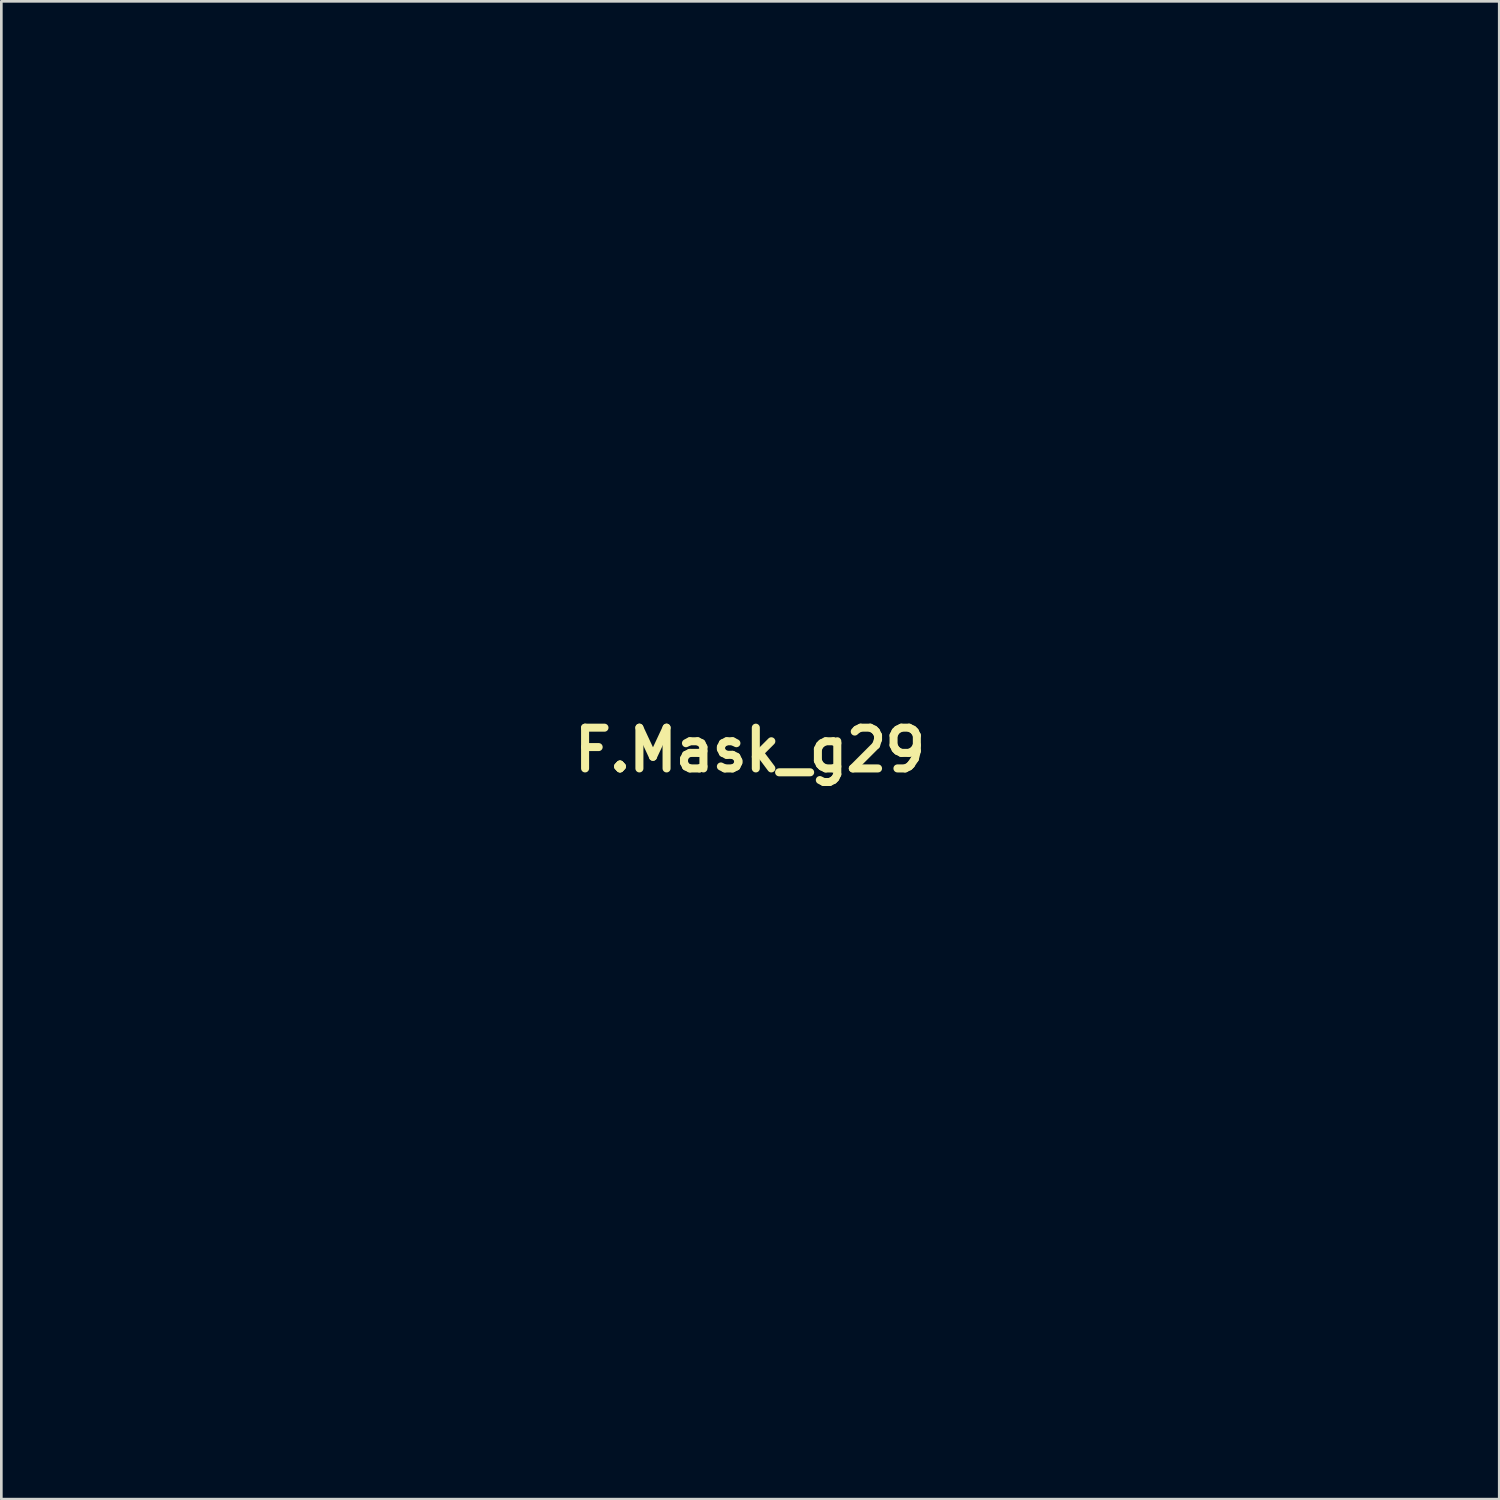
<source format=kicad_pcb>
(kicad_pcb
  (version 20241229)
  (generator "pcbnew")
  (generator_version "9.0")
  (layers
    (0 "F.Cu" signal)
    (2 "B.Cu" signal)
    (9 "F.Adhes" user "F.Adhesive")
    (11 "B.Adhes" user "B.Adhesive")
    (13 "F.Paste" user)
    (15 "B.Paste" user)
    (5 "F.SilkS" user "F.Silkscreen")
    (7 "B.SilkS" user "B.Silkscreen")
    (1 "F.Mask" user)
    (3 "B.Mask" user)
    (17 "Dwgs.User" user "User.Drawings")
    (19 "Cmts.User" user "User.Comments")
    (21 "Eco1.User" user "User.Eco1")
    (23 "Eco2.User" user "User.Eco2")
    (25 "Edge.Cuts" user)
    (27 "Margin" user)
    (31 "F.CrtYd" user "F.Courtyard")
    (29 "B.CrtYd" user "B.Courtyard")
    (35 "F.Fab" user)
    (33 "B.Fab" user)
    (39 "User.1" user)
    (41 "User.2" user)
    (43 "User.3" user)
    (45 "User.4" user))
  (footprint "F.Mask_g29"
    (layer "F.Cu")
    (at 25.004 25.004)
    (property "Reference" "F.Mask_g29" (at 0 0 0) (layer "F.SilkS") (effects (font (size 1.524 1.524) (thickness 0.3))))
    (attr through_hole)
    (fp_poly (pts (xy -3.699 1.13) (xy -3.668 1.182) (xy -3.628 1.261) (xy -3.581 1.361) (xy -3.531 1.475) (xy -3.481 1.597) (xy -3.432 1.721) (xy -3.389 1.84) (xy -3.367 1.905) (xy -3.252 2.307) (xy -3.176 2.691) (xy -3.137 3.057) (xy -3.137 3.405) (xy -3.174 3.735) (xy -3.249 4.048) (xy -3.331 4.271) (xy -3.456 4.517) (xy -3.618 4.755) (xy -3.811 4.98) (xy -4.031 5.186) (xy -4.273 5.371) (xy -4.53 5.529) (xy -4.798 5.655) (xy -4.967 5.715) (xy -5.147 5.767) (xy -5.316 5.804) (xy -5.487 5.83) (xy -5.674 5.845) (xy -5.853 5.852) (xy -5.976 5.854) (xy -6.087 5.855) (xy -6.178 5.855) (xy -6.242 5.853) (xy -6.265 5.851) (xy -6.31 5.845) (xy -6.383 5.834) (xy -6.473 5.823) (xy -6.509 5.818) (xy -6.637 5.798) (xy -6.787 5.767) (xy -6.951 5.728) (xy -7.12 5.684) (xy -7.285 5.636) (xy -7.437 5.588) (xy -7.569 5.541) (xy -7.671 5.498) (xy -7.701 5.483) (xy -7.695 5.469) (xy -7.666 5.431) (xy -7.615 5.369) (xy -7.54 5.282) (xy -7.441 5.169) (xy -7.317 5.03) (xy -7.169 4.864) (xy -6.995 4.671) (xy -6.795 4.45) (xy -6.568 4.2) (xy -6.314 3.921) (xy -6.032 3.612) (xy -5.737 3.289) (xy -5.5 3.031) (xy -5.271 2.782) (xy -5.052 2.543) (xy -4.843 2.316) (xy -4.647 2.103) (xy -4.465 1.906) (xy -4.299 1.727) (xy -4.151 1.567) (xy -4.021 1.428) (xy -3.913 1.312) (xy -3.827 1.221) (xy -3.765 1.156) (xy -3.728 1.119) (xy -3.719 1.111) (xy -3.699 1.13)) (stroke (width 0.01) (type solid)) (fill yes) (layer "F.Mask"))
    (fp_poly (pts (xy 4.874 -7.742) (xy 4.88 -7.738) (xy 4.882 -7.736) (xy 4.911 -7.69) (xy 4.954 -7.612) (xy 5.006 -7.512) (xy 5.063 -7.397) (xy 5.121 -7.275) (xy 5.176 -7.154) (xy 5.225 -7.042) (xy 5.239 -7.009) (xy 5.37 -6.65) (xy 5.469 -6.297) (xy 5.534 -5.954) (xy 5.565 -5.624) (xy 5.562 -5.309) (xy 5.525 -5.012) (xy 5.454 -4.736) (xy 5.439 -4.693) (xy 5.333 -4.458) (xy 5.188 -4.23) (xy 5.01 -4.013) (xy 4.801 -3.811) (xy 4.565 -3.629) (xy 4.308 -3.47) (xy 4.241 -3.435) (xy 3.979 -3.316) (xy 3.718 -3.228) (xy 3.445 -3.167) (xy 3.186 -3.133) (xy 3.058 -3.122) (xy 2.953 -3.117) (xy 2.856 -3.116) (xy 2.752 -3.12) (xy 2.626 -3.13) (xy 2.575 -3.134) (xy 2.276 -3.174) (xy 1.956 -3.244) (xy 1.622 -3.34) (xy 1.598 -3.348) (xy 1.475 -3.39) (xy 1.345 -3.438) (xy 1.216 -3.489) (xy 1.093 -3.54) (xy 0.983 -3.588) (xy 0.892 -3.631) (xy 0.827 -3.665) (xy 0.793 -3.689) (xy 0.79 -3.694) (xy 0.804 -3.711) (xy 0.846 -3.756) (xy 0.915 -3.828) (xy 1.008 -3.924) (xy 1.125 -4.044) (xy 1.263 -4.184) (xy 1.421 -4.344) (xy 1.596 -4.522) (xy 1.788 -4.716) (xy 1.995 -4.924) (xy 2.214 -5.144) (xy 2.445 -5.375) (xy 2.685 -5.615) (xy 2.816 -5.747) (xy 3.104 -6.034) (xy 3.363 -6.293) (xy 3.596 -6.525) (xy 3.803 -6.732) (xy 3.986 -6.914) (xy 4.146 -7.074) (xy 4.286 -7.212) (xy 4.407 -7.33) (xy 4.509 -7.43) (xy 4.595 -7.513) (xy 4.666 -7.581) (xy 4.724 -7.635) (xy 4.77 -7.676) (xy 4.806 -7.705) (xy 4.832 -7.726) (xy 4.852 -7.737) (xy 4.865 -7.743) (xy 4.874 -7.742)) (stroke (width 0.01) (type solid)) (fill yes) (layer "F.Mask"))
    (fp_poly (pts (xy 10.821 -1.05) (xy 10.921 -1.042) (xy 11.017 -1.03) (xy 11.098 -1.016) (xy 11.153 -0.999) (xy 11.169 -0.99) (xy 11.179 -0.961) (xy 11.192 -0.894) (xy 11.208 -0.793) (xy 11.226 -0.661) (xy 11.245 -0.504) (xy 11.266 -0.325) (xy 11.288 -0.127) (xy 11.31 0.084) (xy 11.332 0.305) (xy 11.354 0.532) (xy 11.375 0.761) (xy 11.395 0.988) (xy 11.413 1.208) (xy 11.428 1.418) (xy 11.432 1.471) (xy 11.443 1.712) (xy 11.444 1.951) (xy 11.432 2.196) (xy 11.408 2.45) (xy 11.371 2.72) (xy 11.32 3.01) (xy 11.255 3.327) (xy 11.174 3.676) (xy 11.143 3.799) (xy 11.088 4.018) (xy 11.032 4.218) (xy 10.974 4.406) (xy 10.91 4.59) (xy 10.839 4.777) (xy 10.757 4.973) (xy 10.662 5.187) (xy 10.552 5.424) (xy 10.447 5.641) (xy 10.239 6.054) (xy 10.033 6.43) (xy 9.828 6.77) (xy 9.621 7.08) (xy 9.498 7.249) (xy 9.438 7.322) (xy 9.352 7.42) (xy 9.244 7.537) (xy 9.12 7.668) (xy 8.983 7.81) (xy 8.838 7.957) (xy 8.69 8.104) (xy 8.544 8.247) (xy 8.403 8.382) (xy 8.274 8.503) (xy 8.202 8.568) (xy 7.613 9.066) (xy 6.994 9.536) (xy 6.346 9.977) (xy 5.67 10.387) (xy 4.969 10.765) (xy 4.244 11.111) (xy 4.18 11.139) (xy 3.786 11.303) (xy 3.401 11.44) (xy 3.014 11.554) (xy 2.614 11.649) (xy 2.188 11.727) (xy 2.043 11.749) (xy 1.939 11.761) (xy 1.813 11.773) (xy 1.67 11.783) (xy 1.517 11.792) (xy 1.361 11.799) (xy 1.209 11.804) (xy 1.066 11.807) (xy 0.94 11.807) (xy 0.837 11.805) (xy 0.764 11.799) (xy 0.729 11.792) (xy 0.709 11.777) (xy 0.692 11.747) (xy 0.674 11.694) (xy 0.653 11.612) (xy 0.627 11.496) (xy 0.627 11.495) (xy 0.567 11.194) (xy 0.518 10.922) (xy 0.482 10.681) (xy 0.459 10.474) (xy 0.452 10.372) (xy 0.447 10.265) (xy 0.446 10.191) (xy 0.45 10.142) (xy 0.459 10.11) (xy 0.475 10.084) (xy 0.479 10.08) (xy 0.502 10.059) (xy 0.537 10.041) (xy 0.587 10.023) (xy 0.654 10.008) (xy 0.741 9.993) (xy 0.851 9.979) (xy 0.985 9.966) (xy 1.148 9.952) (xy 1.34 9.939) (xy 1.565 9.926) (xy 1.825 9.912) (xy 2.123 9.897) (xy 2.381 9.885) (xy 2.629 9.873) (xy 2.839 9.863) (xy 3.012 9.854) (xy 3.153 9.846) (xy 3.265 9.839) (xy 3.35 9.832) (xy 3.414 9.826) (xy 3.457 9.819) (xy 3.485 9.812) (xy 3.499 9.804) (xy 3.503 9.8) (xy 3.51 9.77) (xy 3.517 9.699) (xy 3.526 9.589) (xy 3.536 9.443) (xy 3.546 9.263) (xy 3.557 9.05) (xy 3.568 8.807) (xy 3.58 8.535) (xy 3.588 8.35) (xy 3.599 8.084) (xy 3.61 7.841) (xy 3.621 7.625) (xy 3.631 7.437) (xy 3.642 7.28) (xy 3.651 7.157) (xy 3.66 7.069) (xy 3.668 7.02) (xy 3.671 7.011) (xy 3.699 7.004) (xy 3.769 6.996) (xy 3.879 6.987) (xy 4.03 6.978) (xy 4.221 6.969) (xy 4.45 6.959) (xy 4.717 6.948) (xy 5.022 6.937) (xy 5.165 6.932) (xy 5.52 6.92) (xy 5.834 6.909) (xy 6.106 6.897) (xy 6.337 6.886) (xy 6.527 6.876) (xy 6.676 6.866) (xy 6.786 6.856) (xy 6.856 6.847) (xy 6.886 6.838) (xy 6.887 6.837) (xy 6.895 6.823) (xy 6.903 6.793) (xy 6.91 6.746) (xy 6.918 6.679) (xy 6.926 6.589) (xy 6.934 6.473) (xy 6.943 6.33) (xy 6.953 6.155) (xy 6.963 5.948) (xy 6.975 5.704) (xy 6.989 5.422) (xy 6.995 5.292) (xy 7.011 4.946) (xy 7.025 4.64) (xy 7.038 4.372) (xy 7.05 4.137) (xy 7.06 3.933) (xy 7.07 3.759) (xy 7.079 3.61) (xy 7.087 3.485) (xy 7.094 3.381) (xy 7.102 3.294) (xy 7.109 3.223) (xy 7.113 3.186) (xy 7.122 3.106) (xy 7.129 3.042) (xy 7.133 3.006) (xy 7.133 3.003) (xy 7.142 2.991) (xy 7.168 2.98) (xy 7.215 2.968) (xy 7.285 2.956) (xy 7.381 2.944) (xy 7.503 2.931) (xy 7.656 2.917) (xy 7.84 2.902) (xy 8.059 2.885) (xy 8.314 2.867) (xy 8.608 2.847) (xy 8.763 2.836) (xy 8.967 2.823) (xy 9.163 2.809) (xy 9.347 2.796) (xy 9.512 2.783) (xy 9.654 2.772) (xy 9.767 2.763) (xy 9.848 2.755) (xy 9.881 2.751) (xy 9.959 2.741) (xy 10.021 2.734) (xy 10.054 2.731) (xy 10.056 2.731) (xy 10.068 2.717) (xy 10.074 2.674) (xy 10.073 2.601) (xy 10.066 2.494) (xy 10.052 2.352) (xy 10.031 2.173) (xy 10.004 1.954) (xy 10.003 1.944) (xy 9.969 1.68) (xy 9.941 1.455) (xy 9.918 1.265) (xy 9.902 1.107) (xy 9.891 0.978) (xy 9.884 0.875) (xy 9.883 0.795) (xy 9.886 0.734) (xy 9.894 0.689) (xy 9.906 0.656) (xy 9.907 0.655) (xy 9.944 0.62) (xy 10.004 0.611) (xy 10.091 0.628) (xy 10.206 0.673) (xy 10.332 0.734) (xy 10.421 0.778) (xy 10.497 0.813) (xy 10.551 0.834) (xy 10.577 0.839) (xy 10.577 0.839) (xy 10.579 0.815) (xy 10.579 0.754) (xy 10.578 0.659) (xy 10.575 0.535) (xy 10.57 0.387) (xy 10.564 0.219) (xy 10.557 0.035) (xy 10.552 -0.072) (xy 10.544 -0.263) (xy 10.537 -0.443) (xy 10.532 -0.605) (xy 10.528 -0.745) (xy 10.525 -0.859) (xy 10.524 -0.943) (xy 10.525 -0.991) (xy 10.526 -1.001) (xy 10.557 -1.026) (xy 10.626 -1.044) (xy 10.653 -1.048) (xy 10.728 -1.052) (xy 10.821 -1.05)) (stroke (width 0.01) (type solid)) (fill yes) (layer "F.Mask"))
    (fp_poly (pts (xy 9.231 -5.232) (xy 9.273 -5.182) (xy 9.33 -5.105) (xy 9.399 -5.004) (xy 9.478 -4.885) (xy 9.562 -4.751) (xy 9.626 -4.646) (xy 9.755 -4.426) (xy 9.887 -4.195) (xy 10.02 -3.955) (xy 10.152 -3.711) (xy 10.28 -3.467) (xy 10.404 -3.225) (xy 10.521 -2.991) (xy 10.63 -2.767) (xy 10.728 -2.558) (xy 10.814 -2.367) (xy 10.886 -2.198) (xy 10.942 -2.055) (xy 10.98 -1.941) (xy 10.998 -1.868) (xy 11.004 -1.811) (xy 10.997 -1.781) (xy 10.969 -1.763) (xy 10.957 -1.758) (xy 10.907 -1.748) (xy 10.839 -1.75) (xy 10.75 -1.766) (xy 10.637 -1.796) (xy 10.499 -1.841) (xy 10.331 -1.901) (xy 10.132 -1.978) (xy 9.899 -2.072) (xy 9.779 -2.122) (xy 9.65 -2.175) (xy 9.532 -2.224) (xy 9.432 -2.265) (xy 9.355 -2.295) (xy 9.308 -2.313) (xy 9.299 -2.316) (xy 9.276 -2.32) (xy 9.261 -2.311) (xy 9.251 -2.279) (xy 9.243 -2.218) (xy 9.238 -2.165) (xy 9.235 -2.109) (xy 9.233 -2.016) (xy 9.231 -1.892) (xy 9.23 -1.74) (xy 9.23 -1.568) (xy 9.231 -1.379) (xy 9.232 -1.179) (xy 9.234 -1.048) (xy 9.237 -0.76) (xy 9.238 -0.481) (xy 9.238 -0.213) (xy 9.236 0.039) (xy 9.233 0.272) (xy 9.229 0.484) (xy 9.224 0.671) (xy 9.218 0.83) (xy 9.211 0.958) (xy 9.202 1.05) (xy 9.193 1.106) (xy 9.189 1.116) (xy 9.175 1.134) (xy 9.147 1.153) (xy 9.105 1.174) (xy 9.044 1.197) (xy 8.962 1.224) (xy 8.856 1.256) (xy 8.722 1.292) (xy 8.558 1.335) (xy 8.362 1.385) (xy 8.129 1.443) (xy 7.927 1.493) (xy 7.542 1.587) (xy 7.197 1.672) (xy 6.889 1.749) (xy 6.615 1.816) (xy 6.374 1.876) (xy 6.164 1.929) (xy 5.982 1.974) (xy 5.827 2.014) (xy 5.696 2.048) (xy 5.588 2.077) (xy 5.499 2.101) (xy 5.429 2.12) (xy 5.375 2.137) (xy 5.37 2.138) (xy 5.273 2.17) (xy 5.21 2.195) (xy 5.171 2.218) (xy 5.149 2.243) (xy 5.14 2.261) (xy 5.132 2.295) (xy 5.127 2.349) (xy 5.126 2.425) (xy 5.128 2.524) (xy 5.133 2.65) (xy 5.143 2.804) (xy 5.156 2.988) (xy 5.174 3.204) (xy 5.196 3.454) (xy 5.222 3.741) (xy 5.253 4.066) (xy 5.28 4.339) (xy 5.295 4.499) (xy 5.309 4.658) (xy 5.321 4.805) (xy 5.33 4.934) (xy 5.336 5.035) (xy 5.338 5.08) (xy 5.345 5.281) (xy 5.249 5.288) (xy 5.197 5.288) (xy 5.112 5.282) (xy 5.003 5.273) (xy 4.879 5.261) (xy 4.769 5.248) (xy 4.644 5.234) (xy 4.532 5.223) (xy 4.441 5.216) (xy 4.378 5.213) (xy 4.351 5.214) (xy 4.331 5.233) (xy 4.321 5.274) (xy 4.321 5.339) (xy 4.333 5.434) (xy 4.355 5.563) (xy 4.381 5.696) (xy 4.405 5.816) (xy 4.424 5.932) (xy 4.438 6.033) (xy 4.444 6.108) (xy 4.445 6.122) (xy 4.445 6.243) (xy 4.366 6.263) (xy 4.312 6.275) (xy 4.239 6.288) (xy 4.146 6.301) (xy 4.03 6.316) (xy 3.888 6.332) (xy 3.719 6.349) (xy 3.52 6.368) (xy 3.29 6.388) (xy 3.025 6.411) (xy 2.724 6.436) (xy 2.385 6.464) (xy 2.095 6.487) (xy 1.808 6.51) (xy 1.559 6.53) (xy 1.346 6.548) (xy 1.166 6.563) (xy 1.017 6.577) (xy 0.894 6.589) (xy 0.794 6.599) (xy 0.716 6.608) (xy 0.655 6.616) (xy 0.648 6.617) (xy 0.566 6.63) (xy 0.578 6.802) (xy 0.584 6.859) (xy 0.595 6.953) (xy 0.612 7.078) (xy 0.634 7.229) (xy 0.659 7.401) (xy 0.687 7.589) (xy 0.717 7.788) (xy 0.739 7.927) (xy 0.782 8.202) (xy 0.818 8.437) (xy 0.848 8.637) (xy 0.873 8.804) (xy 0.892 8.941) (xy 0.907 9.052) (xy 0.917 9.138) (xy 0.922 9.203) (xy 0.924 9.25) (xy 0.922 9.283) (xy 0.917 9.303) (xy 0.91 9.314) (xy 0.908 9.316) (xy 0.862 9.336) (xy 0.781 9.364) (xy 0.668 9.398) (xy 0.529 9.437) (xy 0.368 9.479) (xy 0.191 9.524) (xy 0.003 9.57) (xy -0.191 9.616) (xy -0.387 9.66) (xy -0.579 9.702) (xy -0.736 9.734) (xy -1.182 9.817) (xy -1.623 9.885) (xy -2.064 9.939) (xy -2.182 9.95) (xy -2.328 9.959) (xy -2.496 9.967) (xy -2.677 9.973) (xy -2.864 9.978) (xy -3.05 9.981) (xy -3.227 9.982) (xy -3.388 9.981) (xy -3.526 9.977) (xy -3.632 9.972) (xy -3.672 9.968) (xy -3.928 9.922) (xy -4.199 9.845) (xy -4.49 9.734) (xy -4.803 9.59) (xy -4.819 9.582) (xy -4.912 9.533) (xy -4.974 9.493) (xy -5.014 9.457) (xy -5.04 9.418) (xy -5.042 9.413) (xy -5.077 9.339) (xy -5.012 9.326) (xy -4.943 9.317) (xy -4.875 9.313) (xy -4.796 9.307) (xy -4.688 9.289) (xy -4.564 9.262) (xy -4.436 9.23) (xy -4.318 9.194) (xy -4.001 9.067) (xy -3.701 8.904) (xy -3.417 8.704) (xy -3.148 8.465) (xy -2.892 8.187) (xy -2.828 8.11) (xy -2.738 7.995) (xy -2.636 7.863) (xy -2.522 7.712) (xy -2.394 7.54) (xy -2.252 7.347) (xy -2.094 7.13) (xy -1.92 6.889) (xy -1.728 6.621) (xy -1.517 6.325) (xy -1.286 6) (xy -1.035 5.644) (xy -0.761 5.256) (xy -0.54 4.942) (xy -0.289 4.585) (xy -0.05 4.246) (xy 0.174 3.929) (xy 0.384 3.633) (xy 0.577 3.36) (xy 0.754 3.112) (xy 0.912 2.891) (xy 1.052 2.696) (xy 1.172 2.531) (xy 1.27 2.395) (xy 1.347 2.292) (xy 1.401 2.221) (xy 1.412 2.207) (xy 1.461 2.149) (xy 1.517 2.088) (xy 1.584 2.021) (xy 1.665 1.946) (xy 1.762 1.861) (xy 1.879 1.762) (xy 2.018 1.647) (xy 2.182 1.513) (xy 2.375 1.359) (xy 2.549 1.22) (xy 2.713 1.09) (xy 2.89 0.948) (xy 3.072 0.802) (xy 3.25 0.659) (xy 3.415 0.526) (xy 3.558 0.411) (xy 3.596 0.38) (xy 3.713 0.285) (xy 3.858 0.17) (xy 4.023 0.04) (xy 4.203 -0.102) (xy 4.391 -0.249) (xy 4.581 -0.397) (xy 4.766 -0.541) (xy 4.847 -0.603) (xy 5.12 -0.814) (xy 5.39 -1.024) (xy 5.655 -1.231) (xy 5.909 -1.431) (xy 6.15 -1.622) (xy 6.374 -1.801) (xy 6.578 -1.965) (xy 6.758 -2.112) (xy 6.91 -2.238) (xy 7.006 -2.319) (xy 7.177 -2.47) (xy 7.353 -2.635) (xy 7.529 -2.809) (xy 7.697 -2.983) (xy 7.851 -3.15) (xy 7.982 -3.303) (xy 8.058 -3.399) (xy 8.372 -3.84) (xy 8.678 -4.32) (xy 8.974 -4.84) (xy 9.048 -4.979) (xy 9.1 -5.075) (xy 9.145 -5.156) (xy 9.181 -5.216) (xy 9.203 -5.246) (xy 9.207 -5.249) (xy 9.231 -5.232)) (stroke (width 0.01) (type solid)) (fill yes) (layer "F.Mask"))
    (fp_poly (pts (xy 0.975 -24.999) (xy 1.828 -24.999) (xy 2.678 -24.999) (xy 3.525 -24.999) (xy 4.368 -24.999) (xy 5.205 -24.999) (xy 6.036 -24.999) (xy 6.859 -24.998) (xy 7.674 -24.998) (xy 8.479 -24.998) (xy 9.273 -24.997) (xy 10.055 -24.997) (xy 10.825 -24.997) (xy 11.58 -24.996) (xy 12.32 -24.996) (xy 13.045 -24.995) (xy 13.752 -24.995) (xy 14.441 -24.994) (xy 15.111 -24.994) (xy 15.761 -24.993) (xy 16.389 -24.992) (xy 16.994 -24.992) (xy 17.577 -24.991) (xy 18.134 -24.99) (xy 18.666 -24.989) (xy 19.172 -24.989) (xy 19.649 -24.988) (xy 20.098 -24.987) (xy 20.517 -24.986) (xy 20.905 -24.985) (xy 21.261 -24.984) (xy 21.584 -24.983) (xy 21.873 -24.982) (xy 22.127 -24.981) (xy 22.344 -24.98) (xy 22.524 -24.979) (xy 22.666 -24.978) (xy 22.768 -24.977) (xy 22.83 -24.975) (xy 22.849 -24.974) (xy 23.166 -24.915) (xy 23.469 -24.815) (xy 23.755 -24.678) (xy 24.023 -24.502) (xy 24.27 -24.291) (xy 24.292 -24.269) (xy 24.504 -24.028) (xy 24.682 -23.765) (xy 24.823 -23.481) (xy 24.927 -23.18) (xy 24.991 -22.865) (xy 24.996 -22.828) (xy 24.997 -22.797) (xy 24.998 -22.725) (xy 24.999 -22.612) (xy 25 -22.46) (xy 25.001 -22.27) (xy 25.002 -22.043) (xy 25.004 -21.78) (xy 25.005 -21.482) (xy 25.006 -21.151) (xy 25.006 -20.786) (xy 25.007 -20.39) (xy 25.008 -19.963) (xy 25.009 -19.507) (xy 25.01 -19.022) (xy 25.011 -18.51) (xy 25.012 -17.971) (xy 25.012 -17.407) (xy 25.013 -16.818) (xy 25.014 -16.207) (xy 25.014 -15.573) (xy 25.015 -14.918) (xy 25.015 -14.243) (xy 25.016 -13.549) (xy 25.017 -12.837) (xy 25.017 -12.109) (xy 25.017 -11.364) (xy 25.018 -10.605) (xy 25.018 -9.832) (xy 25.019 -9.047) (xy 25.019 -8.25) (xy 25.019 -7.442) (xy 25.02 -6.625) (xy 25.02 -5.8) (xy 25.02 -4.968) (xy 25.02 -4.129) (xy 25.02 -3.285) (xy 25.02 -2.437) (xy 25.02 -1.586) (xy 25.02 -0.733) (xy 25.02 0.121) (xy 25.02 0.975) (xy 25.02 1.828) (xy 25.02 2.678) (xy 25.02 3.525) (xy 25.02 4.368) (xy 25.02 5.205) (xy 25.02 6.036) (xy 25.019 6.859) (xy 25.019 7.674) (xy 25.019 8.479) (xy 25.019 9.273) (xy 25.018 10.055) (xy 25.018 10.825) (xy 25.017 11.58) (xy 25.017 12.32) (xy 25.016 13.045) (xy 25.016 13.752) (xy 25.015 14.441) (xy 25.015 15.111) (xy 25.014 15.761) (xy 25.013 16.389) (xy 25.013 16.994) (xy 25.012 17.577) (xy 25.011 18.134) (xy 25.011 18.666) (xy 25.01 19.172) (xy 25.009 19.649) (xy 25.008 20.098) (xy 25.007 20.517) (xy 25.006 20.905) (xy 25.005 21.261) (xy 25.004 21.584) (xy 25.003 21.873) (xy 25.002 22.127) (xy 25.001 22.344) (xy 25 22.524) (xy 24.999 22.666) (xy 24.998 22.768) (xy 24.996 22.83) (xy 24.996 22.849) (xy 24.936 23.166) (xy 24.837 23.468) (xy 24.699 23.753) (xy 24.524 24.02) (xy 24.313 24.266) (xy 24.29 24.29) (xy 24.046 24.504) (xy 23.781 24.683) (xy 23.497 24.825) (xy 23.197 24.928) (xy 22.882 24.991) (xy 22.849 24.996) (xy 22.82 24.997) (xy 22.748 24.998) (xy 22.637 24.999) (xy 22.487 25) (xy 22.298 25.001) (xy 22.073 25.002) (xy 21.811 25.002) (xy 21.515 25.003) (xy 21.184 25.004) (xy 20.821 25.005) (xy 20.426 25.006) (xy 20.001 25.007) (xy 19.546 25.007) (xy 19.062 25.008) (xy 18.551 25.009) (xy 18.014 25.009) (xy 17.451 25.01) (xy 16.863 25.011) (xy 16.253 25.011) (xy 15.62 25.012) (xy 14.966 25.012) (xy 14.293 25.013) (xy 13.6 25.013) (xy 12.889 25.014) (xy 12.161 25.014) (xy 11.418 25.014) (xy 10.659 25.015) (xy 9.887 25.015) (xy 9.103 25.015) (xy 8.307 25.016) (xy 7.5 25.016) (xy 6.684 25.016) (xy 5.859 25.016) (xy 5.027 25.017) (xy 4.189 25.017) (xy 3.345 25.017) (xy 2.498 25.017) (xy 1.647 25.017) (xy 0.794 25.017) (xy -0.06 25.017) (xy -0.914 25.017) (xy -1.766 25.017) (xy -2.617 25.017) (xy -3.464 25.017) (xy -4.307 25.017) (xy -5.144 25.016) (xy -5.975 25.016) (xy -6.799 25.016) (xy -7.613 25.016) (xy -8.419 25.016) (xy -9.213 25.015) (xy -9.996 25.015) (xy -10.767 25.015) (xy -11.523 25.014) (xy -12.264 25.014) (xy -12.99 25.013) (xy -13.698 25.013) (xy -14.388 25.012) (xy -15.059 25.012) (xy -15.71 25.011) (xy -16.34 25.011) (xy -16.947 25.01) (xy -17.531 25.01) (xy -18.09 25.009) (xy -18.624 25.008) (xy -19.132 25.008) (xy -19.611 25.007) (xy -20.062 25.006) (xy -20.484 25.005) (xy -20.874 25.005) (xy -21.233 25.004) (xy -21.558 25.003) (xy -21.85 25.002) (xy -22.106 25.001) (xy -22.327 25) (xy -22.51 24.999) (xy -22.655 24.998) (xy -22.761 24.997) (xy -22.826 24.996) (xy -22.849 24.995) (xy -23.147 24.937) (xy -23.438 24.84) (xy -23.718 24.706) (xy -23.979 24.539) (xy -24.217 24.342) (xy -24.269 24.291) (xy -24.484 24.046) (xy -24.663 23.78) (xy -24.804 23.496) (xy -24.907 23.195) (xy -24.97 22.88) (xy -24.974 22.849) (xy -24.976 22.818) (xy -24.977 22.746) (xy -24.978 22.633) (xy -24.979 22.481) (xy -24.98 22.291) (xy -24.981 22.064) (xy -24.982 21.801) (xy -24.983 21.504) (xy -24.984 21.172) (xy -24.985 20.808) (xy -24.986 20.411) (xy -24.987 19.985) (xy -24.988 19.528) (xy -24.989 19.043) (xy -24.99 18.531) (xy -24.99 17.992) (xy -24.991 17.428) (xy -24.992 16.84) (xy -24.992 16.228) (xy -24.993 15.594) (xy -24.994 14.939) (xy -24.994 14.264) (xy -24.995 13.57) (xy -24.995 12.859) (xy -24.996 12.13) (xy -24.996 11.386) (xy -24.997 10.626) (xy -24.997 9.853) (xy -24.997 9.068) (xy -24.998 8.58) (xy -23.978 8.58) (xy -23.978 9.652) (xy -23.978 10.682) (xy -23.978 11.67) (xy -23.978 12.615) (xy -23.978 13.518) (xy -23.978 14.379) (xy -23.977 15.197) (xy -23.977 15.974) (xy -23.977 16.708) (xy -23.976 17.4) (xy -23.976 18.049) (xy -23.975 18.656) (xy -23.974 19.221) (xy -23.974 19.744) (xy -23.973 20.224) (xy -23.972 20.662) (xy -23.971 21.058) (xy -23.97 21.412) (xy -23.969 21.723) (xy -23.968 21.992) (xy -23.967 22.219) (xy -23.966 22.403) (xy -23.965 22.545) (xy -23.964 22.644) (xy -23.963 22.702) (xy -23.962 22.716) (xy -23.91 22.957) (xy -23.823 23.181) (xy -23.702 23.385) (xy -23.552 23.565) (xy -23.375 23.718) (xy -23.175 23.841) (xy -22.955 23.93) (xy -22.736 23.98) (xy -22.71 23.981) (xy -22.642 23.982) (xy -22.534 23.983) (xy -22.386 23.983) (xy -22.199 23.984) (xy -21.974 23.985) (xy -21.712 23.985) (xy -21.414 23.986) (xy -21.081 23.987) (xy -20.713 23.987) (xy -20.311 23.988) (xy -19.877 23.988) (xy -19.41 23.989) (xy -18.913 23.99) (xy -18.386 23.99) (xy -17.829 23.991) (xy -17.244 23.991) (xy -16.632 23.991) (xy -15.992 23.992) (xy -15.328 23.992) (xy -14.638 23.993) (xy -13.924 23.993) (xy -13.187 23.993) (xy -12.427 23.994) (xy -11.647 23.994) (xy -10.845 23.994) (xy -10.024 23.994) (xy -9.184 23.995) (xy -8.327 23.995) (xy -7.452 23.995) (xy -6.561 23.995) (xy -5.655 23.995) (xy -4.734 23.995) (xy -3.799 23.995) (xy -2.852 23.995) (xy -1.893 23.995) (xy -0.924 23.995) (xy 0.056 23.995) (xy 0.085 23.995) (xy 1.265 23.995) (xy 2.404 23.995) (xy 3.503 23.994) (xy 4.561 23.994) (xy 5.58 23.994) (xy 6.56 23.994) (xy 7.502 23.994) (xy 8.408 23.994) (xy 9.277 23.993) (xy 10.11 23.993) (xy 10.909 23.993) (xy 11.673 23.993) (xy 12.404 23.993) (xy 13.103 23.992) (xy 13.769 23.992) (xy 14.405 23.992) (xy 15.01 23.992) (xy 15.586 23.991) (xy 16.132 23.991) (xy 16.651 23.991) (xy 17.142 23.99) (xy 17.607 23.99) (xy 18.046 23.989) (xy 18.459 23.989) (xy 18.849 23.988) (xy 19.214 23.988) (xy 19.557 23.987) (xy 19.878 23.987) (xy 20.177 23.986) (xy 20.456 23.985) (xy 20.715 23.985) (xy 20.955 23.984) (xy 21.176 23.983) (xy 21.38 23.982) (xy 21.567 23.981) (xy 21.738 23.98) (xy 21.893 23.979) (xy 22.034 23.978) (xy 22.161 23.977) (xy 22.275 23.976) (xy 22.376 23.975) (xy 22.466 23.974) (xy 22.545 23.973) (xy 22.614 23.971) (xy 22.673 23.97) (xy 22.724 23.969) (xy 22.767 23.967) (xy 22.803 23.965) (xy 22.832 23.964) (xy 22.856 23.962) (xy 22.875 23.96) (xy 22.889 23.959) (xy 22.901 23.957) (xy 22.909 23.955) (xy 22.913 23.954) (xy 23.154 23.86) (xy 23.37 23.734) (xy 23.56 23.577) (xy 23.719 23.391) (xy 23.847 23.18) (xy 23.941 22.945) (xy 23.954 22.902) (xy 23.956 22.894) (xy 23.958 22.884) (xy 23.96 22.871) (xy 23.962 22.854) (xy 23.963 22.833) (xy 23.965 22.806) (xy 23.967 22.774) (xy 23.968 22.735) (xy 23.97 22.689) (xy 23.971 22.634) (xy 23.972 22.571) (xy 23.974 22.498) (xy 23.975 22.414) (xy 23.976 22.32) (xy 23.977 22.213) (xy 23.978 22.094) (xy 23.979 21.962) (xy 23.98 21.815) (xy 23.981 21.654) (xy 23.982 21.477) (xy 23.983 21.283) (xy 23.984 21.073) (xy 23.984 20.844) (xy 23.985 20.597) (xy 23.986 20.33) (xy 23.986 20.044) (xy 23.987 19.736) (xy 23.987 19.407) (xy 23.988 19.056) (xy 23.988 18.681) (xy 23.989 18.283) (xy 23.989 17.859) (xy 23.99 17.411) (xy 23.99 16.936) (xy 23.99 16.435) (xy 23.991 15.906) (xy 23.991 15.349) (xy 23.991 14.762) (xy 23.991 14.146) (xy 23.991 13.499) (xy 23.992 12.82) (xy 23.992 12.11) (xy 23.992 11.367) (xy 23.992 10.59) (xy 23.992 9.779) (xy 23.992 8.932) (xy 23.992 8.05) (xy 23.992 7.131) (xy 23.992 6.175) (xy 23.992 5.181) (xy 23.992 4.148) (xy 23.992 3.076) (xy 23.992 1.963) (xy 23.992 0.809) (xy 23.992 0.011) (xy 23.992 -1.171) (xy 23.992 -2.312) (xy 23.992 -3.411) (xy 23.992 -4.471) (xy 23.992 -5.491) (xy 23.992 -6.473) (xy 23.992 -7.416) (xy 23.992 -8.323) (xy 23.992 -9.193) (xy 23.992 -10.028) (xy 23.992 -10.828) (xy 23.992 -11.593) (xy 23.992 -12.326) (xy 23.992 -13.026) (xy 23.991 -13.694) (xy 23.991 -14.33) (xy 23.991 -14.937) (xy 23.991 -15.514) (xy 23.99 -16.062) (xy 23.99 -16.582) (xy 23.99 -17.074) (xy 23.99 -17.54) (xy 23.989 -17.98) (xy 23.989 -18.395) (xy 23.988 -18.786) (xy 23.988 -19.153) (xy 23.987 -19.497) (xy 23.987 -19.819) (xy 23.986 -20.119) (xy 23.985 -20.399) (xy 23.985 -20.659) (xy 23.984 -20.9) (xy 23.983 -21.123) (xy 23.983 -21.327) (xy 23.982 -21.516) (xy 23.981 -21.687) (xy 23.98 -21.844) (xy 23.979 -21.986) (xy 23.978 -22.114) (xy 23.977 -22.229) (xy 23.976 -22.331) (xy 23.974 -22.422) (xy 23.973 -22.502) (xy 23.972 -22.572) (xy 23.97 -22.632) (xy 23.969 -22.684) (xy 23.968 -22.728) (xy 23.966 -22.764) (xy 23.964 -22.794) (xy 23.963 -22.819) (xy 23.961 -22.839) (xy 23.959 -22.854) (xy 23.957 -22.866) (xy 23.955 -22.876) (xy 23.954 -22.881) (xy 23.866 -23.119) (xy 23.744 -23.335) (xy 23.59 -23.525) (xy 23.407 -23.686) (xy 23.198 -23.817) (xy 22.965 -23.914) (xy 22.902 -23.933) (xy 22.894 -23.935) (xy 22.884 -23.937) (xy 22.871 -23.939) (xy 22.854 -23.94) (xy 22.833 -23.942) (xy 22.806 -23.944) (xy 22.774 -23.945) (xy 22.735 -23.947) (xy 22.689 -23.948) (xy 22.634 -23.95) (xy 22.571 -23.951) (xy 22.498 -23.952) (xy 22.414 -23.954) (xy 22.32 -23.955) (xy 22.213 -23.956) (xy 22.094 -23.957) (xy 21.962 -23.958) (xy 21.815 -23.959) (xy 21.654 -23.96) (xy 21.477 -23.961) (xy 21.283 -23.962) (xy 21.073 -23.962) (xy 20.844 -23.963) (xy 20.597 -23.964) (xy 20.33 -23.965) (xy 20.044 -23.965) (xy 19.736 -23.966) (xy 19.407 -23.966) (xy 19.056 -23.967) (xy 18.681 -23.967) (xy 18.283 -23.968) (xy 17.859 -23.968) (xy 17.411 -23.968) (xy 16.936 -23.969) (xy 16.435 -23.969) (xy 15.906 -23.969) (xy 15.349 -23.97) (xy 14.762 -23.97) (xy 14.146 -23.97) (xy 13.499 -23.97) (xy 12.82 -23.97) (xy 12.11 -23.971) (xy 11.367 -23.971) (xy 10.59 -23.971) (xy 9.779 -23.971) (xy 8.932 -23.971) (xy 8.05 -23.971) (xy 7.131 -23.971) (xy 6.175 -23.971) (xy 5.181 -23.971) (xy 4.148 -23.971) (xy 3.076 -23.971) (xy 1.963 -23.971) (xy 0.809 -23.971) (xy 0.011 -23.971) (xy -1.171 -23.971) (xy -2.312 -23.971) (xy -3.411 -23.971) (xy -4.47 -23.971) (xy -5.49 -23.971) (xy -6.472 -23.971) (xy -7.415 -23.971) (xy -8.322 -23.971) (xy -9.192 -23.971) (xy -10.026 -23.971) (xy -10.826 -23.971) (xy -11.592 -23.971) (xy -12.324 -23.971) (xy -13.024 -23.97) (xy -13.691 -23.97) (xy -14.328 -23.97) (xy -14.935 -23.97) (xy -15.511 -23.97) (xy -16.059 -23.969) (xy -16.579 -23.969) (xy -17.071 -23.969) (xy -17.537 -23.968) (xy -17.977 -23.968) (xy -18.392 -23.968) (xy -18.783 -23.967) (xy -19.149 -23.967) (xy -19.493 -23.966) (xy -19.815 -23.966) (xy -20.116 -23.965) (xy -20.396 -23.964) (xy -20.656 -23.964) (xy -20.897 -23.963) (xy -21.119 -23.962) (xy -21.324 -23.961) (xy -21.512 -23.961) (xy -21.684 -23.96) (xy -21.841 -23.959) (xy -21.982 -23.958) (xy -22.111 -23.957) (xy -22.225 -23.956) (xy -22.328 -23.955) (xy -22.419 -23.953) (xy -22.499 -23.952) (xy -22.569 -23.951) (xy -22.629 -23.949) (xy -22.681 -23.948) (xy -22.725 -23.946) (xy -22.762 -23.945) (xy -22.792 -23.943) (xy -22.817 -23.942) (xy -22.837 -23.94) (xy -22.852 -23.938) (xy -22.865 -23.936) (xy -22.875 -23.934) (xy -22.881 -23.932) (xy -23.123 -23.844) (xy -23.339 -23.721) (xy -23.529 -23.567) (xy -23.69 -23.382) (xy -23.822 -23.169) (xy -23.92 -22.93) (xy -23.933 -22.892) (xy -23.935 -22.884) (xy -23.936 -22.874) (xy -23.938 -22.861) (xy -23.94 -22.845) (xy -23.942 -22.823) (xy -23.943 -22.797) (xy -23.945 -22.765) (xy -23.947 -22.725) (xy -23.948 -22.679) (xy -23.95 -22.624) (xy -23.951 -22.559) (xy -23.952 -22.486) (xy -23.953 -22.401) (xy -23.955 -22.306) (xy -23.956 -22.198) (xy -23.957 -22.078) (xy -23.958 -21.944) (xy -23.959 -21.796) (xy -23.96 -21.633) (xy -23.961 -21.454) (xy -23.962 -21.258) (xy -23.963 -21.046) (xy -23.963 -20.815) (xy -23.964 -20.565) (xy -23.965 -20.296) (xy -23.966 -20.007) (xy -23.966 -19.697) (xy -23.967 -19.365) (xy -23.967 -19.011) (xy -23.968 -18.633) (xy -23.969 -18.231) (xy -23.969 -17.804) (xy -23.97 -17.352) (xy -23.97 -16.874) (xy -23.97 -16.369) (xy -23.971 -15.836) (xy -23.971 -15.274) (xy -23.972 -14.683) (xy -23.972 -14.063) (xy -23.972 -13.411) (xy -23.973 -12.728) (xy -23.973 -12.013) (xy -23.973 -11.264) (xy -23.974 -10.482) (xy -23.974 -9.666) (xy -23.974 -8.814) (xy -23.975 -7.926) (xy -23.975 -7.002) (xy -23.975 -6.039) (xy -23.976 -5.039) (xy -23.976 -4) (xy -23.976 -2.921) (xy -23.977 -1.801) (xy -23.977 -0.64) (xy -23.977 -0.106) (xy -23.977 1.262) (xy -23.978 2.587) (xy -23.978 3.87) (xy -23.978 5.111) (xy -23.978 6.31) (xy -23.978 7.466) (xy -23.978 8.58) (xy -24.998 8.58) (xy -24.998 8.271) (xy -24.998 7.464) (xy -24.998 6.647) (xy -24.999 5.821) (xy -24.999 4.989) (xy -24.999 4.15) (xy -24.999 3.306) (xy -24.999 2.458) (xy -24.999 1.607) (xy -24.999 0.754) (xy -24.999 -0.1) (xy -24.999 -0.954) (xy -24.999 -1.807) (xy -24.999 -2.657) (xy -24.999 -3.504) (xy -24.999 -4.347) (xy -24.999 -5.184) (xy -24.999 -6.015) (xy -24.998 -6.838) (xy -24.998 -7.653) (xy -24.998 -8.458) (xy -24.997 -9.252) (xy -24.997 -10.034) (xy -24.997 -10.803) (xy -24.996 -11.559) (xy -24.996 -12.299) (xy -24.995 -13.024) (xy -24.995 -13.731) (xy -24.994 -14.42) (xy -24.994 -15.09) (xy -24.993 -15.739) (xy -24.992 -16.368) (xy -24.992 -16.973) (xy -24.991 -17.556) (xy -24.99 -18.113) (xy -24.989 -18.645) (xy -24.989 -19.151) (xy -24.988 -19.628) (xy -24.987 -20.077) (xy -24.986 -20.496) (xy -24.985 -20.884) (xy -24.984 -21.24) (xy -24.983 -21.563) (xy -24.982 -21.852) (xy -24.981 -22.106) (xy -24.98 -22.323) (xy -24.979 -22.503) (xy -24.978 -22.645) (xy -24.977 -22.747) (xy -24.975 -22.809) (xy -24.974 -22.828) (xy -24.915 -23.145) (xy -24.815 -23.448) (xy -24.678 -23.735) (xy -24.504 -24.002) (xy -24.294 -24.247) (xy -24.27 -24.27) (xy -24.028 -24.484) (xy -23.763 -24.662) (xy -23.478 -24.803) (xy -23.177 -24.906) (xy -22.861 -24.97) (xy -22.828 -24.974) (xy -22.797 -24.976) (xy -22.725 -24.977) (xy -22.612 -24.978) (xy -22.46 -24.979) (xy -22.27 -24.98) (xy -22.043 -24.981) (xy -21.78 -24.982) (xy -21.482 -24.983) (xy -21.151 -24.984) (xy -20.786 -24.985) (xy -20.39 -24.986) (xy -19.963 -24.987) (xy -19.507 -24.988) (xy -19.022 -24.989) (xy -18.51 -24.99) (xy -17.971 -24.99) (xy -17.407 -24.991) (xy -16.818 -24.992) (xy -16.207 -24.992) (xy -15.573 -24.993) (xy -14.918 -24.994) (xy -14.243 -24.994) (xy -13.549 -24.995) (xy -12.837 -24.995) (xy -12.109 -24.996) (xy -11.364 -24.996) (xy -10.605 -24.997) (xy -9.832 -24.997) (xy -9.047 -24.997) (xy -8.25 -24.998) (xy -7.442 -24.998) (xy -6.625 -24.998) (xy -5.8 -24.999) (xy -4.968 -24.999) (xy -4.129 -24.999) (xy -3.285 -24.999) (xy -2.437 -24.999) (xy -1.586 -24.999) (xy -0.733 -24.999) (xy 0.121 -24.999) (xy 0.975 -24.999)) (stroke (width 0.01) (type solid)) (fill yes) (layer "F.Mask")))
  (gr_rect
    (start -3 -3)
    (end 53.03 53.026)
    (stroke (width 0.1) (type default))
    (fill no)
    (layer "Edge.Cuts")))
</source>
